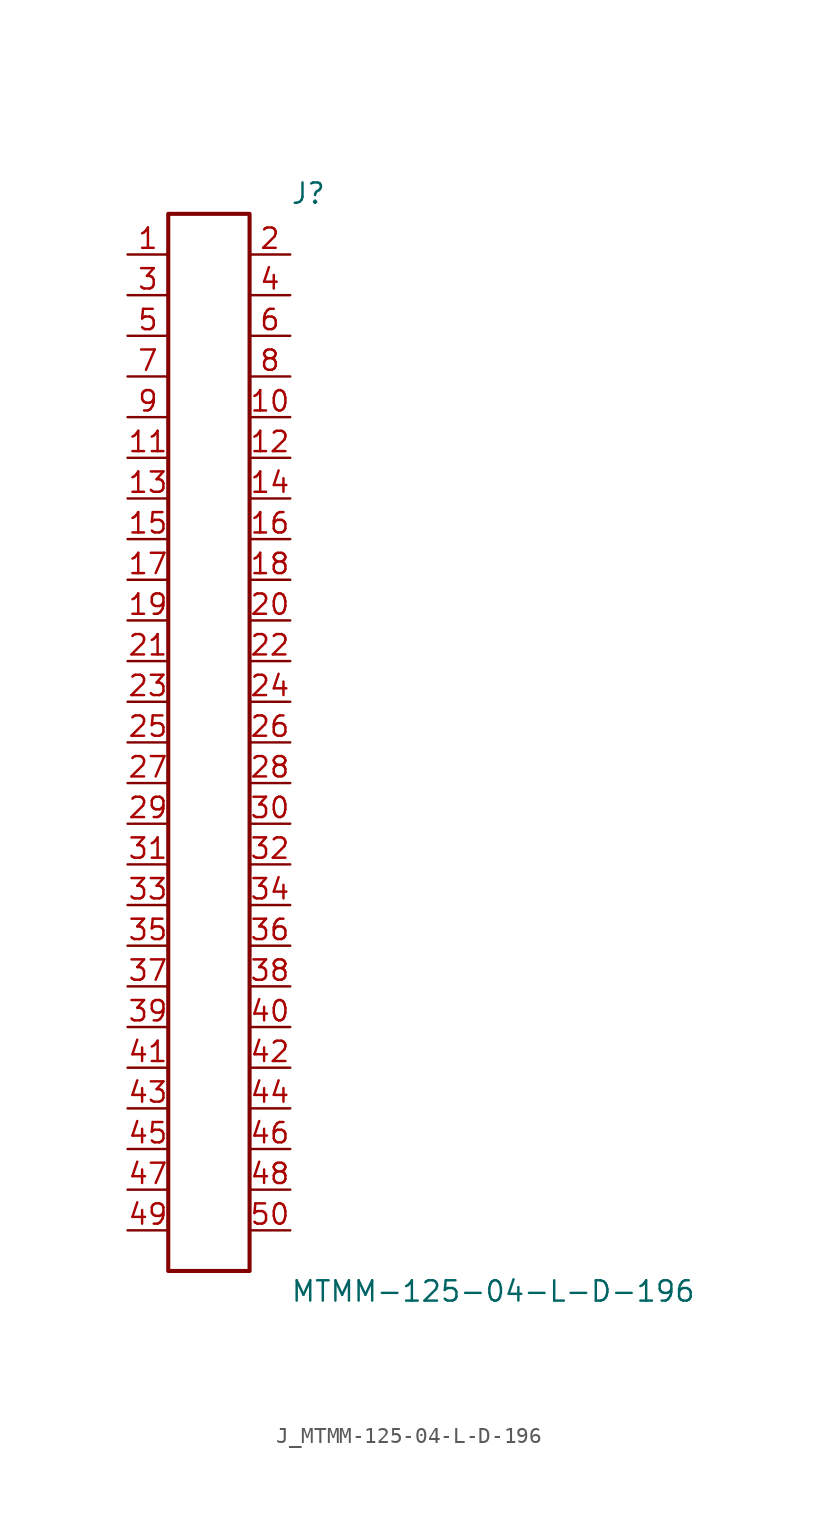
<source format=kicad_sym>
(kicad_symbol_lib
  (version 20231120)
  (generator kicad_symbol_editor)
  (generator_version 8.0)
  (symbol "J_MTMM-125-04-L-D-196"
    (pin_names
      (offset 0.254))
    (property "Reference" "J"
      (at 5.08 34.29 0)
      (effects (font (size 1.27 1.27)) (justify left)))
    (property "Value" "MTMM-125-04-L-D-196"
      (at 5.08 -34.29 0)
      (effects (font (size 1.27 1.27)) (justify left)))
    (symbol "J_MTMM-125-04-L-D-196_0_0"
      (pin passive line (at -5.08 30.48 0) (length 2.54) (name "" (effects (font (size 1.27 1.27)))) (number "1" (effects (font (size 1.27 1.27)))))
      (pin passive line (at 5.08 30.48 180) (length 2.54) (name "" (effects (font (size 1.27 1.27)))) (number "2" (effects (font (size 1.27 1.27)))))
      (pin passive line (at -5.08 27.94 0) (length 2.54) (name "" (effects (font (size 1.27 1.27)))) (number "3" (effects (font (size 1.27 1.27)))))
      (pin passive line (at 5.08 27.94 180) (length 2.54) (name "" (effects (font (size 1.27 1.27)))) (number "4" (effects (font (size 1.27 1.27)))))
      (pin passive line (at -5.08 25.4 0) (length 2.54) (name "" (effects (font (size 1.27 1.27)))) (number "5" (effects (font (size 1.27 1.27)))))
      (pin passive line (at 5.08 25.4 180) (length 2.54) (name "" (effects (font (size 1.27 1.27)))) (number "6" (effects (font (size 1.27 1.27)))))
      (pin passive line (at -5.08 22.86 0) (length 2.54) (name "" (effects (font (size 1.27 1.27)))) (number "7" (effects (font (size 1.27 1.27)))))
      (pin passive line (at 5.08 22.86 180) (length 2.54) (name "" (effects (font (size 1.27 1.27)))) (number "8" (effects (font (size 1.27 1.27)))))
      (pin passive line (at -5.08 20.32 0) (length 2.54) (name "" (effects (font (size 1.27 1.27)))) (number "9" (effects (font (size 1.27 1.27)))))
      (pin passive line (at 5.08 20.32 180) (length 2.54) (name "" (effects (font (size 1.27 1.27)))) (number "10" (effects (font (size 1.27 1.27)))))
      (pin passive line (at -5.08 17.78 0) (length 2.54) (name "" (effects (font (size 1.27 1.27)))) (number "11" (effects (font (size 1.27 1.27)))))
      (pin passive line (at 5.08 17.78 180) (length 2.54) (name "" (effects (font (size 1.27 1.27)))) (number "12" (effects (font (size 1.27 1.27)))))
      (pin passive line (at -5.08 15.24 0) (length 2.54) (name "" (effects (font (size 1.27 1.27)))) (number "13" (effects (font (size 1.27 1.27)))))
      (pin passive line (at 5.08 15.24 180) (length 2.54) (name "" (effects (font (size 1.27 1.27)))) (number "14" (effects (font (size 1.27 1.27)))))
      (pin passive line (at -5.08 12.7 0) (length 2.54) (name "" (effects (font (size 1.27 1.27)))) (number "15" (effects (font (size 1.27 1.27)))))
      (pin passive line (at 5.08 12.7 180) (length 2.54) (name "" (effects (font (size 1.27 1.27)))) (number "16" (effects (font (size 1.27 1.27)))))
      (pin passive line (at -5.08 10.16 0) (length 2.54) (name "" (effects (font (size 1.27 1.27)))) (number "17" (effects (font (size 1.27 1.27)))))
      (pin passive line (at 5.08 10.16 180) (length 2.54) (name "" (effects (font (size 1.27 1.27)))) (number "18" (effects (font (size 1.27 1.27)))))
      (pin passive line (at -5.08 7.62 0) (length 2.54) (name "" (effects (font (size 1.27 1.27)))) (number "19" (effects (font (size 1.27 1.27)))))
      (pin passive line (at 5.08 7.62 180) (length 2.54) (name "" (effects (font (size 1.27 1.27)))) (number "20" (effects (font (size 1.27 1.27)))))
      (pin passive line (at -5.08 5.08 0) (length 2.54) (name "" (effects (font (size 1.27 1.27)))) (number "21" (effects (font (size 1.27 1.27)))))
      (pin passive line (at 5.08 5.08 180) (length 2.54) (name "" (effects (font (size 1.27 1.27)))) (number "22" (effects (font (size 1.27 1.27)))))
      (pin passive line (at -5.08 2.54 0) (length 2.54) (name "" (effects (font (size 1.27 1.27)))) (number "23" (effects (font (size 1.27 1.27)))))
      (pin passive line (at 5.08 2.54 180) (length 2.54) (name "" (effects (font (size 1.27 1.27)))) (number "24" (effects (font (size 1.27 1.27)))))
      (pin passive line (at -5.08 0.0 0) (length 2.54) (name "" (effects (font (size 1.27 1.27)))) (number "25" (effects (font (size 1.27 1.27)))))
      (pin passive line (at 5.08 0.0 180) (length 2.54) (name "" (effects (font (size 1.27 1.27)))) (number "26" (effects (font (size 1.27 1.27)))))
      (pin passive line (at -5.08 -2.54 0) (length 2.54) (name "" (effects (font (size 1.27 1.27)))) (number "27" (effects (font (size 1.27 1.27)))))
      (pin passive line (at 5.08 -2.54 180) (length 2.54) (name "" (effects (font (size 1.27 1.27)))) (number "28" (effects (font (size 1.27 1.27)))))
      (pin passive line (at -5.08 -5.08 0) (length 2.54) (name "" (effects (font (size 1.27 1.27)))) (number "29" (effects (font (size 1.27 1.27)))))
      (pin passive line (at 5.08 -5.08 180) (length 2.54) (name "" (effects (font (size 1.27 1.27)))) (number "30" (effects (font (size 1.27 1.27)))))
      (pin passive line (at -5.08 -7.62 0) (length 2.54) (name "" (effects (font (size 1.27 1.27)))) (number "31" (effects (font (size 1.27 1.27)))))
      (pin passive line (at 5.08 -7.62 180) (length 2.54) (name "" (effects (font (size 1.27 1.27)))) (number "32" (effects (font (size 1.27 1.27)))))
      (pin passive line (at -5.08 -10.16 0) (length 2.54) (name "" (effects (font (size 1.27 1.27)))) (number "33" (effects (font (size 1.27 1.27)))))
      (pin passive line (at 5.08 -10.16 180) (length 2.54) (name "" (effects (font (size 1.27 1.27)))) (number "34" (effects (font (size 1.27 1.27)))))
      (pin passive line (at -5.08 -12.7 0) (length 2.54) (name "" (effects (font (size 1.27 1.27)))) (number "35" (effects (font (size 1.27 1.27)))))
      (pin passive line (at 5.08 -12.7 180) (length 2.54) (name "" (effects (font (size 1.27 1.27)))) (number "36" (effects (font (size 1.27 1.27)))))
      (pin passive line (at -5.08 -15.24 0) (length 2.54) (name "" (effects (font (size 1.27 1.27)))) (number "37" (effects (font (size 1.27 1.27)))))
      (pin passive line (at 5.08 -15.24 180) (length 2.54) (name "" (effects (font (size 1.27 1.27)))) (number "38" (effects (font (size 1.27 1.27)))))
      (pin passive line (at -5.08 -17.78 0) (length 2.54) (name "" (effects (font (size 1.27 1.27)))) (number "39" (effects (font (size 1.27 1.27)))))
      (pin passive line (at 5.08 -17.78 180) (length 2.54) (name "" (effects (font (size 1.27 1.27)))) (number "40" (effects (font (size 1.27 1.27)))))
      (pin passive line (at -5.08 -20.32 0) (length 2.54) (name "" (effects (font (size 1.27 1.27)))) (number "41" (effects (font (size 1.27 1.27)))))
      (pin passive line (at 5.08 -20.32 180) (length 2.54) (name "" (effects (font (size 1.27 1.27)))) (number "42" (effects (font (size 1.27 1.27)))))
      (pin passive line (at -5.08 -22.86 0) (length 2.54) (name "" (effects (font (size 1.27 1.27)))) (number "43" (effects (font (size 1.27 1.27)))))
      (pin passive line (at 5.08 -22.86 180) (length 2.54) (name "" (effects (font (size 1.27 1.27)))) (number "44" (effects (font (size 1.27 1.27)))))
      (pin passive line (at -5.08 -25.4 0) (length 2.54) (name "" (effects (font (size 1.27 1.27)))) (number "45" (effects (font (size 1.27 1.27)))))
      (pin passive line (at 5.08 -25.4 180) (length 2.54) (name "" (effects (font (size 1.27 1.27)))) (number "46" (effects (font (size 1.27 1.27)))))
      (pin passive line (at -5.08 -27.94 0) (length 2.54) (name "" (effects (font (size 1.27 1.27)))) (number "47" (effects (font (size 1.27 1.27)))))
      (pin passive line (at 5.08 -27.94 180) (length 2.54) (name "" (effects (font (size 1.27 1.27)))) (number "48" (effects (font (size 1.27 1.27)))))
      (pin passive line (at -5.08 -30.48 0) (length 2.54) (name "" (effects (font (size 1.27 1.27)))) (number "49" (effects (font (size 1.27 1.27)))))
      (pin passive line (at 5.08 -30.48 180) (length 2.54) (name "" (effects (font (size 1.27 1.27)))) (number "50" (effects (font (size 1.27 1.27))))))
    (symbol "J_MTMM-125-04-L-D-196_1_0"
      (rectangle (start -2.54 33.02) (end 2.54 -33.02) (stroke (width 0.254) (type solid)) (fill (type none))))))
</source>
